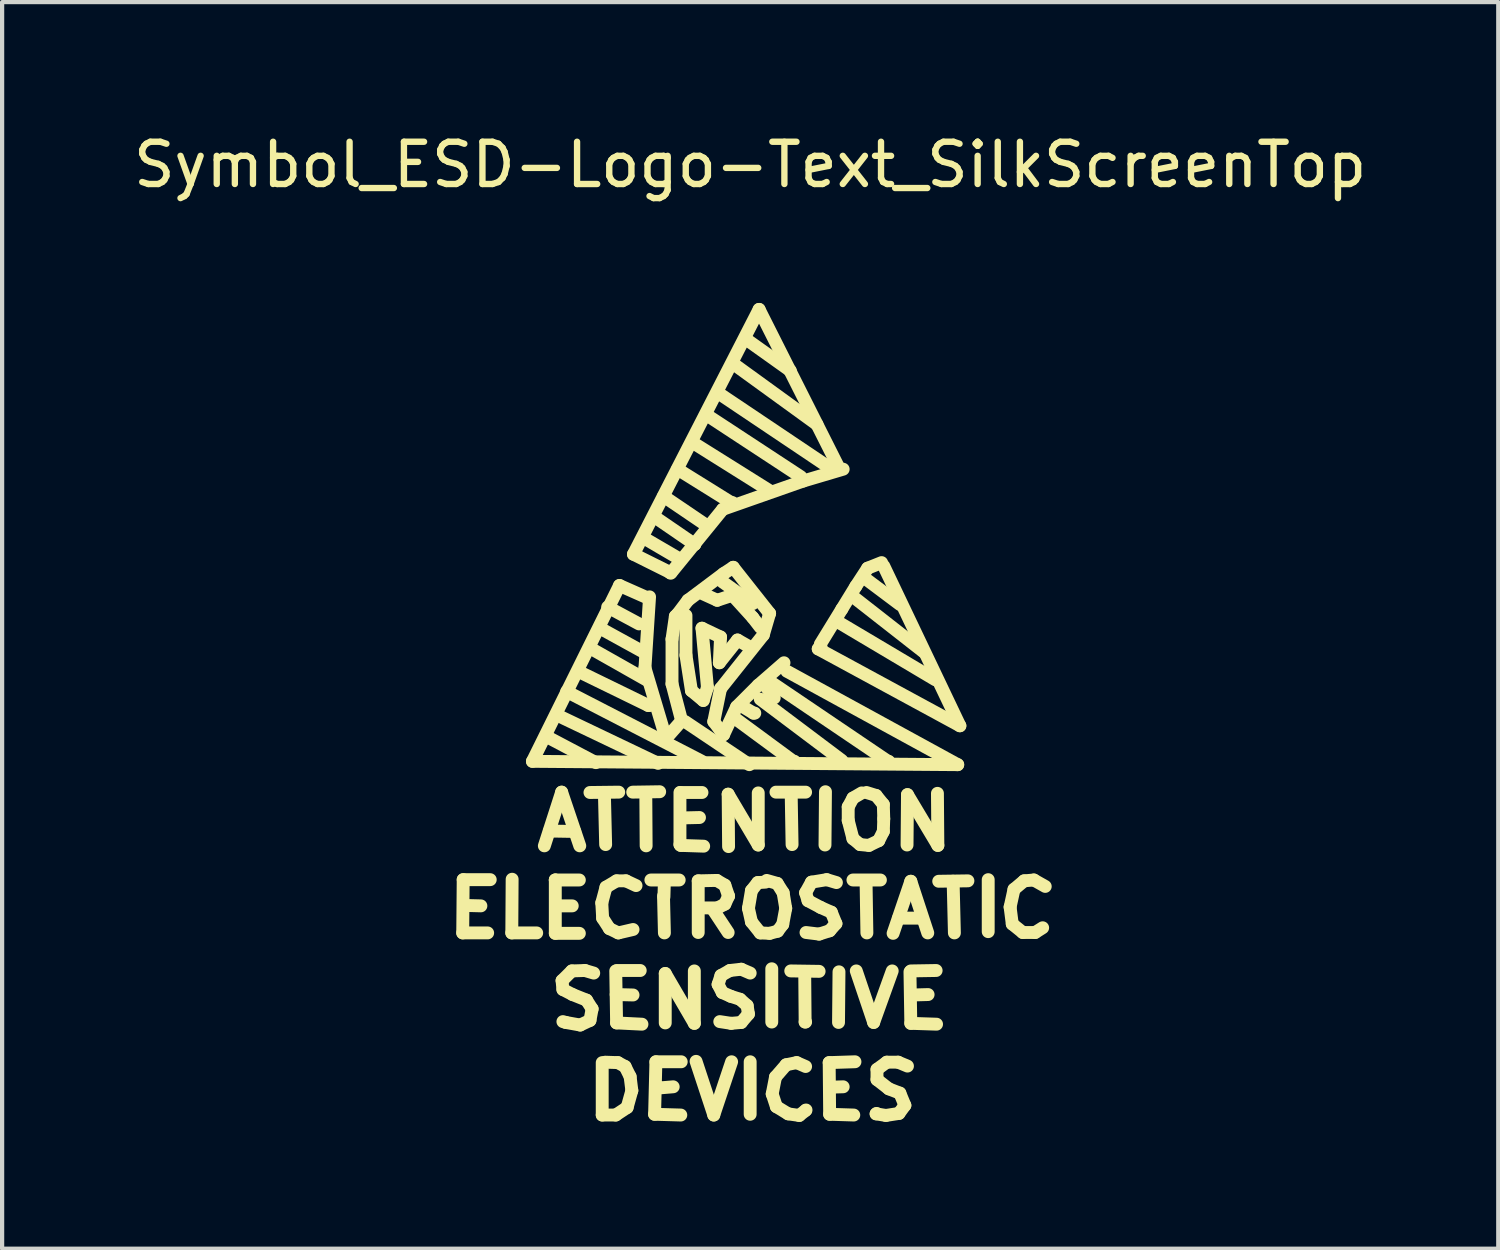
<source format=kicad_pcb>
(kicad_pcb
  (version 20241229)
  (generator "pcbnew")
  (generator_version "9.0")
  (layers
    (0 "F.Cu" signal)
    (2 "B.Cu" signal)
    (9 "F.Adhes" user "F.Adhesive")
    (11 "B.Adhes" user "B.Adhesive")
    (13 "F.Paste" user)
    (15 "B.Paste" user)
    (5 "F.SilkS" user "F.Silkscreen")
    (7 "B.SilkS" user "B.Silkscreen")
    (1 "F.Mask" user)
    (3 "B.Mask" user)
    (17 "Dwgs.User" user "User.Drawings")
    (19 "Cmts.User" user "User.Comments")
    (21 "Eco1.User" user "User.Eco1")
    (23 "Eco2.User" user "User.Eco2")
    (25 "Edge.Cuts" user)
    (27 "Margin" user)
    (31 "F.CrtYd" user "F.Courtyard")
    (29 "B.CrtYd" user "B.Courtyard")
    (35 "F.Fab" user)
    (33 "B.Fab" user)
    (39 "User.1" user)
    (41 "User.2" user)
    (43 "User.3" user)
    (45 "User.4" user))
  (footprint "Symbol_ESD-Logo-Text_SilkScreenTop"
    (layer "F.Cu")
    (at 14.696 11.648)
    (property "Reference" "Symbol_ESD-Logo-Text_SilkScreenTop" (at 0 -10.8 0) (layer "F.SilkS") (effects (font (size 1 1) (thickness 0.15))))
    (attr exclude_from_pos_files exclude_from_bom)
    (fp_line (start -6.8 7.371) (end -6.21 7.371) (stroke (width 0.305) (type solid)) (layer "F.SilkS"))
    (fp_line (start -6.789 6.111) (end -6.8 7.371) (stroke (width 0.305) (type solid)) (layer "F.SilkS"))
    (fp_line (start -6.37 6.731) (end -6.749 6.721) (stroke (width 0.305) (type solid)) (layer "F.SilkS"))
    (fp_line (start -6.149 6.111) (end -6.789 6.111) (stroke (width 0.305) (type solid)) (layer "F.SilkS"))
    (fp_line (start -5.639 7.371) (end -5.05 7.371) (stroke (width 0.305) (type solid)) (layer "F.SilkS"))
    (fp_line (start -5.631 6.101) (end -5.639 7.371) (stroke (width 0.305) (type solid)) (layer "F.SilkS"))
    (fp_line (start -5.151 3.312) (end 4.91 3.391) (stroke (width 0.305) (type solid)) (layer "F.SilkS"))
    (fp_line (start -4.869 5.311) (end -4.46 4.041) (stroke (width 0.305) (type solid)) (layer "F.SilkS"))
    (fp_line (start -4.77 2.751) (end -3.65 3.343) (stroke (width 0.305) (type solid)) (layer "F.SilkS"))
    (fp_line (start -4.75 4.961) (end -4.15 4.971) (stroke (width 0.305) (type solid)) (layer "F.SilkS"))
    (fp_line (start -4.61 6.119) (end -4.61 7.381) (stroke (width 0.305) (type solid)) (layer "F.SilkS"))
    (fp_line (start -4.61 6.119) (end -4.041 6.119) (stroke (width 0.305) (type solid)) (layer "F.SilkS"))
    (fp_line (start -4.61 7.381) (end -4.041 7.381) (stroke (width 0.305) (type solid)) (layer "F.SilkS"))
    (fp_line (start -4.6 6.129) (end -4.61 6.119) (stroke (width 0.305) (type solid)) (layer "F.SilkS"))
    (fp_line (start -4.559 2.223) (end -2.179 3.36) (stroke (width 0.305) (type solid)) (layer "F.SilkS"))
    (fp_line (start -4.559 6.731) (end -4.209 6.731) (stroke (width 0.305) (type solid)) (layer "F.SilkS"))
    (fp_line (start -4.46 4.041) (end -4.031 5.311) (stroke (width 0.305) (type solid)) (layer "F.SilkS"))
    (fp_line (start -4.45 8.499) (end -4.43 8.71) (stroke (width 0.305) (type solid)) (layer "F.SilkS"))
    (fp_line (start -4.43 8.71) (end -4.201 8.829) (stroke (width 0.305) (type solid)) (layer "F.SilkS"))
    (fp_line (start -4.361 9.489) (end -4.43 9.469) (stroke (width 0.305) (type solid)) (layer "F.SilkS"))
    (fp_line (start -4.341 1.661) (end -1.14 3.312) (stroke (width 0.305) (type solid)) (layer "F.SilkS"))
    (fp_line (start -4.219 8.27) (end -4.45 8.499) (stroke (width 0.305) (type solid)) (layer "F.SilkS"))
    (fp_line (start -4.201 8.829) (end -3.871 8.961) (stroke (width 0.305) (type solid)) (layer "F.SilkS"))
    (fp_line (start -4.031 1.201) (end -2.41 1.991) (stroke (width 0.305) (type solid)) (layer "F.SilkS"))
    (fp_line (start -4.021 9.55) (end -4.361 9.489) (stroke (width 0.305) (type solid)) (layer "F.SilkS"))
    (fp_line (start -3.909 8.26) (end -4.219 8.27) (stroke (width 0.305) (type solid)) (layer "F.SilkS"))
    (fp_line (start -3.871 8.961) (end -3.739 9.169) (stroke (width 0.305) (type solid)) (layer "F.SilkS"))
    (fp_line (start -3.79 4.049) (end -3.109 4.041) (stroke (width 0.305) (type solid)) (layer "F.SilkS"))
    (fp_line (start -3.79 9.441) (end -4.021 9.55) (stroke (width 0.305) (type solid)) (layer "F.SilkS"))
    (fp_line (start -3.749 0.653) (end -2.461 1.382) (stroke (width 0.305) (type solid)) (layer "F.SilkS"))
    (fp_line (start -3.739 9.169) (end -3.79 9.441) (stroke (width 0.305) (type solid)) (layer "F.SilkS"))
    (fp_line (start -3.701 8.321) (end -3.909 8.26) (stroke (width 0.305) (type solid)) (layer "F.SilkS"))
    (fp_line (start -3.551 0.163) (end -2.479 0.752) (stroke (width 0.305) (type solid)) (layer "F.SilkS"))
    (fp_line (start -3.51 6.66) (end -3.49 7.021) (stroke (width 0.305) (type solid)) (layer "F.SilkS"))
    (fp_line (start -3.5 10.439) (end -3.5 11.679) (stroke (width 0.305) (type solid)) (layer "F.SilkS"))
    (fp_line (start -3.5 11.679) (end -3.18 11.679) (stroke (width 0.305) (type solid)) (layer "F.SilkS"))
    (fp_line (start -3.49 7.021) (end -3.33 7.269) (stroke (width 0.305) (type solid)) (layer "F.SilkS"))
    (fp_line (start -3.449 4.049) (end -3.419 5.281) (stroke (width 0.305) (type solid)) (layer "F.SilkS"))
    (fp_line (start -3.411 6.289) (end -3.51 6.66) (stroke (width 0.305) (type solid)) (layer "F.SilkS"))
    (fp_line (start -3.371 -0.338) (end -2.629 0.061) (stroke (width 0.305) (type solid)) (layer "F.SilkS"))
    (fp_line (start -3.33 7.269) (end -3.119 7.371) (stroke (width 0.305) (type solid)) (layer "F.SilkS"))
    (fp_line (start -3.18 11.679) (end -2.911 11.501) (stroke (width 0.305) (type solid)) (layer "F.SilkS"))
    (fp_line (start -3.16 6.139) (end -3.411 6.289) (stroke (width 0.305) (type solid)) (layer "F.SilkS"))
    (fp_line (start -3.16 9.5) (end -3.18 8.27) (stroke (width 0.305) (type solid)) (layer "F.SilkS"))
    (fp_line (start -3.129 10.439) (end -3.429 10.429) (stroke (width 0.305) (type solid)) (layer "F.SilkS"))
    (fp_line (start -3.119 7.371) (end -2.771 7.29) (stroke (width 0.305) (type solid)) (layer "F.SilkS"))
    (fp_line (start -3.091 -0.848) (end -5.151 3.312) (stroke (width 0.305) (type solid)) (layer "F.SilkS"))
    (fp_line (start -2.959 10.531) (end -3.129 10.439) (stroke (width 0.305) (type solid)) (layer "F.SilkS"))
    (fp_line (start -2.939 6.139) (end -3.16 6.139) (stroke (width 0.305) (type solid)) (layer "F.SilkS"))
    (fp_line (start -2.911 11.501) (end -2.799 11.1) (stroke (width 0.305) (type solid)) (layer "F.SilkS"))
    (fp_line (start -2.84 10.77) (end -2.959 10.531) (stroke (width 0.305) (type solid)) (layer "F.SilkS"))
    (fp_line (start -2.799 11.1) (end -2.84 10.77) (stroke (width 0.305) (type solid)) (layer "F.SilkS"))
    (fp_line (start -2.779 4.041) (end -2.141 4.031) (stroke (width 0.305) (type solid)) (layer "F.SilkS"))
    (fp_line (start -2.771 8.839) (end -3.17 8.829) (stroke (width 0.305) (type solid)) (layer "F.SilkS"))
    (fp_line (start -2.761 -1.587) (end -1.9 -1.158) (stroke (width 0.305) (type solid)) (layer "F.SilkS"))
    (fp_line (start -2.7 6.251) (end -2.939 6.139) (stroke (width 0.305) (type solid)) (layer "F.SilkS"))
    (fp_line (start -2.601 8.26) (end -3.15 8.26) (stroke (width 0.305) (type solid)) (layer "F.SilkS"))
    (fp_line (start -2.56 9.53) (end -3.16 9.5) (stroke (width 0.305) (type solid)) (layer "F.SilkS"))
    (fp_line (start -2.51 -1.968) (end -1.689 -1.488) (stroke (width 0.305) (type solid)) (layer "F.SilkS"))
    (fp_line (start -2.489 1.102) (end -1.991 2.771) (stroke (width 0.305) (type solid)) (layer "F.SilkS"))
    (fp_line (start -2.461 -0.569) (end -3.091 -0.848) (stroke (width 0.305) (type solid)) (layer "F.SilkS"))
    (fp_line (start -2.461 5.311) (end -2.469 4.059) (stroke (width 0.305) (type solid)) (layer "F.SilkS"))
    (fp_line (start -2.41 1.991) (end -2.38 1.991) (stroke (width 0.305) (type solid)) (layer "F.SilkS"))
    (fp_line (start -2.38 -0.579) (end -2.489 1.102) (stroke (width 0.305) (type solid)) (layer "F.SilkS"))
    (fp_line (start -2.349 6.119) (end -1.679 6.119) (stroke (width 0.305) (type solid)) (layer "F.SilkS"))
    (fp_line (start -2.261 11.661) (end -1.641 11.679) (stroke (width 0.305) (type solid)) (layer "F.SilkS"))
    (fp_line (start -2.23 -2.449) (end -1.311 -1.819) (stroke (width 0.305) (type solid)) (layer "F.SilkS"))
    (fp_line (start -2.23 10.419) (end -2.261 11.661) (stroke (width 0.305) (type solid)) (layer "F.SilkS"))
    (fp_line (start -2.159 11.039) (end -2.159 11.021) (stroke (width 0.305) (type solid)) (layer "F.SilkS"))
    (fp_line (start -2.05 -2.959) (end -1.031 -2.268) (stroke (width 0.305) (type solid)) (layer "F.SilkS"))
    (fp_line (start -2.05 6.5) (end -2.029 7.371) (stroke (width 0.305) (type solid)) (layer "F.SilkS"))
    (fp_line (start -2.04 6.52) (end -2.029 6.129) (stroke (width 0.305) (type solid)) (layer "F.SilkS"))
    (fp_line (start -2.029 6.129) (end -2.009 6.129) (stroke (width 0.305) (type solid)) (layer "F.SilkS"))
    (fp_line (start -2.009 8.331) (end -1.321 9.51) (stroke (width 0.305) (type solid)) (layer "F.SilkS"))
    (fp_line (start -2.009 9.5) (end -2.009 8.331) (stroke (width 0.305) (type solid)) (layer "F.SilkS"))
    (fp_line (start -1.991 2.771) (end -1.621 2.352) (stroke (width 0.305) (type solid)) (layer "F.SilkS"))
    (fp_line (start -1.9 -1.158) (end -1.869 -1.158) (stroke (width 0.305) (type solid)) (layer "F.SilkS"))
    (fp_line (start -1.849 0.422) (end -1.77 -0.119) (stroke (width 0.305) (type solid)) (layer "F.SilkS"))
    (fp_line (start -1.849 1.481) (end -1.849 0.422) (stroke (width 0.305) (type solid)) (layer "F.SilkS"))
    (fp_line (start -1.821 11.011) (end -2.159 11.039) (stroke (width 0.305) (type solid)) (layer "F.SilkS"))
    (fp_line (start -1.77 -0.119) (end -1.72 -0.168) (stroke (width 0.305) (type solid)) (layer "F.SilkS"))
    (fp_line (start -1.72 -3.599) (end -0.45 -2.809) (stroke (width 0.305) (type solid)) (layer "F.SilkS"))
    (fp_line (start -1.72 -0.168) (end -1.471 -0.498) (stroke (width 0.305) (type solid)) (layer "F.SilkS"))
    (fp_line (start -1.661 4.049) (end -1.661 5.281) (stroke (width 0.305) (type solid)) (layer "F.SilkS"))
    (fp_line (start -1.661 5.281) (end -1.651 5.281) (stroke (width 0.305) (type solid)) (layer "F.SilkS"))
    (fp_line (start -1.651 4.049) (end -1.14 4.049) (stroke (width 0.305) (type solid)) (layer "F.SilkS"))
    (fp_line (start -1.641 5.301) (end -1.631 5.301) (stroke (width 0.305) (type solid)) (layer "F.SilkS"))
    (fp_line (start -1.631 10.419) (end -2.23 10.419) (stroke (width 0.305) (type solid)) (layer "F.SilkS"))
    (fp_line (start -1.621 2.352) (end -1.849 1.481) (stroke (width 0.305) (type solid)) (layer "F.SilkS"))
    (fp_line (start -1.621 4.651) (end -1.6 4.651) (stroke (width 0.305) (type solid)) (layer "F.SilkS"))
    (fp_line (start -1.539 2.372) (end -0.02 3.391) (stroke (width 0.305) (type solid)) (layer "F.SilkS"))
    (fp_line (start -1.519 -0.14) (end -1.519 0.803) (stroke (width 0.305) (type solid)) (layer "F.SilkS"))
    (fp_line (start -1.519 0.803) (end -1.389 1.641) (stroke (width 0.305) (type solid)) (layer "F.SilkS"))
    (fp_line (start -1.471 -0.498) (end -0.63 -1.128) (stroke (width 0.305) (type solid)) (layer "F.SilkS"))
    (fp_line (start -1.389 1.641) (end -1.11 1.872) (stroke (width 0.305) (type solid)) (layer "F.SilkS"))
    (fp_line (start -1.359 -4.229) (end 0.46 -3.089) (stroke (width 0.305) (type solid)) (layer "F.SilkS"))
    (fp_line (start -1.321 9.51) (end -1.321 8.27) (stroke (width 0.305) (type solid)) (layer "F.SilkS"))
    (fp_line (start -1.311 -1.819) (end -1.311 -1.839) (stroke (width 0.305) (type solid)) (layer "F.SilkS"))
    (fp_line (start -1.28 10.409) (end -0.861 11.679) (stroke (width 0.305) (type solid)) (layer "F.SilkS"))
    (fp_line (start -1.229 6.139) (end -0.79 6.129) (stroke (width 0.305) (type solid)) (layer "F.SilkS"))
    (fp_line (start -1.229 7.361) (end -1.229 6.139) (stroke (width 0.305) (type solid)) (layer "F.SilkS"))
    (fp_line (start -1.199 4.641) (end -1.621 4.651) (stroke (width 0.305) (type solid)) (layer "F.SilkS"))
    (fp_line (start -1.171 6.779) (end -1.161 6.779) (stroke (width 0.305) (type solid)) (layer "F.SilkS"))
    (fp_line (start -1.14 0.163) (end -0.701 0.371) (stroke (width 0.305) (type solid)) (layer "F.SilkS"))
    (fp_line (start -1.11 -0.648) (end -0.78 -0.498) (stroke (width 0.305) (type solid)) (layer "F.SilkS"))
    (fp_line (start -1.11 1.872) (end -1.011 1.562) (stroke (width 0.305) (type solid)) (layer "F.SilkS"))
    (fp_line (start -1.1 5.319) (end -1.641 5.301) (stroke (width 0.305) (type solid)) (layer "F.SilkS"))
    (fp_line (start -1.011 -4.869) (end 1.199 -3.419) (stroke (width 0.305) (type solid)) (layer "F.SilkS"))
    (fp_line (start -1.011 1.562) (end -1.14 0.163) (stroke (width 0.305) (type solid)) (layer "F.SilkS"))
    (fp_line (start -0.879 6.82) (end -0.521 7.361) (stroke (width 0.305) (type solid)) (layer "F.SilkS"))
    (fp_line (start -0.861 2.372) (end -0.63 2.682) (stroke (width 0.305) (type solid)) (layer "F.SilkS"))
    (fp_line (start -0.861 11.679) (end -0.439 10.419) (stroke (width 0.305) (type solid)) (layer "F.SilkS"))
    (fp_line (start -0.79 6.129) (end -0.599 6.241) (stroke (width 0.305) (type solid)) (layer "F.SilkS"))
    (fp_line (start -0.78 -0.498) (end -0.419 -0.617) (stroke (width 0.305) (type solid)) (layer "F.SilkS"))
    (fp_line (start -0.77 6.779) (end -1.171 6.779) (stroke (width 0.305) (type solid)) (layer "F.SilkS"))
    (fp_line (start -0.759 8.59) (end -0.66 8.781) (stroke (width 0.305) (type solid)) (layer "F.SilkS"))
    (fp_line (start -0.749 -5.397) (end 1.859 -3.647) (stroke (width 0.305) (type solid)) (layer "F.SilkS"))
    (fp_line (start -0.729 0.98) (end -0.3 0.442) (stroke (width 0.305) (type solid)) (layer "F.SilkS"))
    (fp_line (start -0.701 0.371) (end -0.729 0.98) (stroke (width 0.305) (type solid)) (layer "F.SilkS"))
    (fp_line (start -0.701 1.593) (end -0.861 2.372) (stroke (width 0.305) (type solid)) (layer "F.SilkS"))
    (fp_line (start -0.691 8.379) (end -0.759 8.59) (stroke (width 0.305) (type solid)) (layer "F.SilkS"))
    (fp_line (start -0.66 8.781) (end -0.46 8.87) (stroke (width 0.305) (type solid)) (layer "F.SilkS"))
    (fp_line (start -0.65 -2.649) (end -1.88 -1.138) (stroke (width 0.305) (type solid)) (layer "F.SilkS"))
    (fp_line (start -0.65 -0.93) (end 0.061 -0.419) (stroke (width 0.305) (type solid)) (layer "F.SilkS"))
    (fp_line (start -0.63 -1.128) (end -0.401 -1.278) (stroke (width 0.305) (type solid)) (layer "F.SilkS"))
    (fp_line (start -0.63 2.682) (end -0.32 2.022) (stroke (width 0.305) (type solid)) (layer "F.SilkS"))
    (fp_line (start -0.599 6.241) (end -0.511 6.5) (stroke (width 0.305) (type solid)) (layer "F.SilkS"))
    (fp_line (start -0.599 6.69) (end -0.77 6.779) (stroke (width 0.305) (type solid)) (layer "F.SilkS"))
    (fp_line (start -0.521 4.089) (end 0.191 5.291) (stroke (width 0.305) (type solid)) (layer "F.SilkS"))
    (fp_line (start -0.511 5.329) (end -0.521 4.089) (stroke (width 0.305) (type solid)) (layer "F.SilkS"))
    (fp_line (start -0.511 6.5) (end -0.599 6.69) (stroke (width 0.305) (type solid)) (layer "F.SilkS"))
    (fp_line (start -0.48 8.26) (end -0.691 8.379) (stroke (width 0.305) (type solid)) (layer "F.SilkS"))
    (fp_line (start -0.46 8.87) (end -0.239 8.941) (stroke (width 0.305) (type solid)) (layer "F.SilkS"))
    (fp_line (start -0.45 -2.809) (end -0.419 -2.809) (stroke (width 0.305) (type solid)) (layer "F.SilkS"))
    (fp_line (start -0.45 9.51) (end -0.719 9.469) (stroke (width 0.305) (type solid)) (layer "F.SilkS"))
    (fp_line (start -0.419 -0.617) (end 0.061 -0.089) (stroke (width 0.305) (type solid)) (layer "F.SilkS"))
    (fp_line (start -0.401 -1.278) (end 0.46 -0.188) (stroke (width 0.305) (type solid)) (layer "F.SilkS"))
    (fp_line (start -0.351 -6.058) (end 1.58 -4.658) (stroke (width 0.305) (type solid)) (layer "F.SilkS"))
    (fp_line (start -0.351 2.301) (end 1.021 3.312) (stroke (width 0.305) (type solid)) (layer "F.SilkS"))
    (fp_line (start -0.32 2.022) (end 0.191 1.511) (stroke (width 0.305) (type solid)) (layer "F.SilkS"))
    (fp_line (start -0.3 0.442) (end -0.071 0.572) (stroke (width 0.305) (type solid)) (layer "F.SilkS"))
    (fp_line (start -0.239 8.941) (end -0.071 9.091) (stroke (width 0.305) (type solid)) (layer "F.SilkS"))
    (fp_line (start -0.221 1.991) (end 0.079 2.172) (stroke (width 0.305) (type solid)) (layer "F.SilkS"))
    (fp_line (start -0.211 8.23) (end -0.48 8.26) (stroke (width 0.305) (type solid)) (layer "F.SilkS"))
    (fp_line (start -0.211 9.489) (end -0.45 9.51) (stroke (width 0.305) (type solid)) (layer "F.SilkS"))
    (fp_line (start -0.089 -6.668) (end 0.95 -5.928) (stroke (width 0.305) (type solid)) (layer "F.SilkS"))
    (fp_line (start -0.071 9.091) (end -0.041 9.289) (stroke (width 0.305) (type solid)) (layer "F.SilkS"))
    (fp_line (start -0.041 6.789) (end 0.03 6.37) (stroke (width 0.305) (type solid)) (layer "F.SilkS"))
    (fp_line (start -0.041 9.289) (end -0.211 9.489) (stroke (width 0.305) (type solid)) (layer "F.SilkS"))
    (fp_line (start 0 8.321) (end -0.211 8.23) (stroke (width 0.305) (type solid)) (layer "F.SilkS"))
    (fp_line (start 0 10.419) (end 0 11.661) (stroke (width 0.305) (type solid)) (layer "F.SilkS"))
    (fp_line (start 0.03 6.37) (end 0.18 6.18) (stroke (width 0.305) (type solid)) (layer "F.SilkS"))
    (fp_line (start 0.03 7.109) (end -0.041 6.789) (stroke (width 0.305) (type solid)) (layer "F.SilkS"))
    (fp_line (start 0.061 -0.089) (end 0.239 0.142) (stroke (width 0.305) (type solid)) (layer "F.SilkS"))
    (fp_line (start 0.079 2.172) (end 0.109 2.172) (stroke (width 0.305) (type solid)) (layer "F.SilkS"))
    (fp_line (start 0.18 6.18) (end 0.361 6.17) (stroke (width 0.305) (type solid)) (layer "F.SilkS"))
    (fp_line (start 0.191 1.511) (end 0.8 0.98) (stroke (width 0.305) (type solid)) (layer "F.SilkS"))
    (fp_line (start 0.191 5.291) (end 0.191 4.059) (stroke (width 0.305) (type solid)) (layer "F.SilkS"))
    (fp_line (start 0.211 -7.379) (end -2.761 -1.587) (stroke (width 0.305) (type solid)) (layer "F.SilkS"))
    (fp_line (start 0.239 1.841) (end 2.169 3.292) (stroke (width 0.305) (type solid)) (layer "F.SilkS"))
    (fp_line (start 0.239 7.371) (end 0.03 7.109) (stroke (width 0.305) (type solid)) (layer "F.SilkS"))
    (fp_line (start 0.31 0.323) (end -0.701 1.593) (stroke (width 0.305) (type solid)) (layer "F.SilkS"))
    (fp_line (start 0.31 1.46) (end 0.569 1.811) (stroke (width 0.305) (type solid)) (layer "F.SilkS"))
    (fp_line (start 0.391 6.129) (end 0.64 6.2) (stroke (width 0.305) (type solid)) (layer "F.SilkS"))
    (fp_line (start 0.46 -0.188) (end 0.31 0.323) (stroke (width 0.305) (type solid)) (layer "F.SilkS"))
    (fp_line (start 0.46 7.381) (end 0.239 7.371) (stroke (width 0.305) (type solid)) (layer "F.SilkS"))
    (fp_line (start 0.511 8.219) (end 0.511 9.479) (stroke (width 0.305) (type solid)) (layer "F.SilkS"))
    (fp_line (start 0.521 1.46) (end 3.259 3.312) (stroke (width 0.305) (type solid)) (layer "F.SilkS"))
    (fp_line (start 0.521 11.181) (end 0.62 11.481) (stroke (width 0.305) (type solid)) (layer "F.SilkS"))
    (fp_line (start 0.599 10.78) (end 0.521 11.181) (stroke (width 0.305) (type solid)) (layer "F.SilkS"))
    (fp_line (start 0.61 4.041) (end 1.311 4.041) (stroke (width 0.305) (type solid)) (layer "F.SilkS"))
    (fp_line (start 0.62 11.481) (end 0.899 11.651) (stroke (width 0.305) (type solid)) (layer "F.SilkS"))
    (fp_line (start 0.64 6.2) (end 0.78 6.421) (stroke (width 0.305) (type solid)) (layer "F.SilkS"))
    (fp_line (start 0.65 7.33) (end 0.46 7.381) (stroke (width 0.305) (type solid)) (layer "F.SilkS"))
    (fp_line (start 0.77 7.17) (end 0.65 7.33) (stroke (width 0.305) (type solid)) (layer "F.SilkS"))
    (fp_line (start 0.78 6.421) (end 0.841 6.789) (stroke (width 0.305) (type solid)) (layer "F.SilkS"))
    (fp_line (start 0.841 6.789) (end 0.77 7.17) (stroke (width 0.305) (type solid)) (layer "F.SilkS"))
    (fp_line (start 0.851 10.49) (end 0.599 10.78) (stroke (width 0.305) (type solid)) (layer "F.SilkS"))
    (fp_line (start 0.899 11.651) (end 1.161 11.689) (stroke (width 0.305) (type solid)) (layer "F.SilkS"))
    (fp_line (start 0.96 8.27) (end 1.631 8.28) (stroke (width 0.305) (type solid)) (layer "F.SilkS"))
    (fp_line (start 0.97 4.069) (end 0.991 5.281) (stroke (width 0.305) (type solid)) (layer "F.SilkS"))
    (fp_line (start 1.021 3.312) (end 1.049 3.312) (stroke (width 0.305) (type solid)) (layer "F.SilkS"))
    (fp_line (start 1.1 10.439) (end 0.851 10.49) (stroke (width 0.305) (type solid)) (layer "F.SilkS"))
    (fp_line (start 1.161 11.689) (end 1.311 11.57) (stroke (width 0.305) (type solid)) (layer "F.SilkS"))
    (fp_line (start 1.25 -3.317) (end -0.65 -2.649) (stroke (width 0.305) (type solid)) (layer "F.SilkS"))
    (fp_line (start 1.29 8.291) (end 1.3 9.479) (stroke (width 0.305) (type solid)) (layer "F.SilkS"))
    (fp_line (start 1.3 9.479) (end 1.311 9.479) (stroke (width 0.305) (type solid)) (layer "F.SilkS"))
    (fp_line (start 1.311 6.421) (end 1.369 6.609) (stroke (width 0.305) (type solid)) (layer "F.SilkS"))
    (fp_line (start 1.311 10.531) (end 1.1 10.439) (stroke (width 0.305) (type solid)) (layer "F.SilkS"))
    (fp_line (start 1.311 11.57) (end 1.321 11.56) (stroke (width 0.305) (type solid)) (layer "F.SilkS"))
    (fp_line (start 1.369 6.609) (end 1.669 6.769) (stroke (width 0.305) (type solid)) (layer "F.SilkS"))
    (fp_line (start 1.45 6.17) (end 1.311 6.421) (stroke (width 0.305) (type solid)) (layer "F.SilkS"))
    (fp_line (start 1.61 0.653) (end 1.679 0.622) (stroke (width 0.305) (type solid)) (layer "F.SilkS"))
    (fp_line (start 1.631 7.399) (end 1.321 7.361) (stroke (width 0.305) (type solid)) (layer "F.SilkS"))
    (fp_line (start 1.659 0.541) (end 2.169 -0.29) (stroke (width 0.305) (type solid)) (layer "F.SilkS"))
    (fp_line (start 1.669 6.769) (end 1.92 6.881) (stroke (width 0.305) (type solid)) (layer "F.SilkS"))
    (fp_line (start 1.781 4.031) (end 1.77 5.291) (stroke (width 0.305) (type solid)) (layer "F.SilkS"))
    (fp_line (start 1.811 6.111) (end 1.45 6.17) (stroke (width 0.305) (type solid)) (layer "F.SilkS"))
    (fp_line (start 1.869 10.439) (end 1.88 11.661) (stroke (width 0.305) (type solid)) (layer "F.SilkS"))
    (fp_line (start 1.88 7.32) (end 1.631 7.399) (stroke (width 0.305) (type solid)) (layer "F.SilkS"))
    (fp_line (start 1.88 11.661) (end 2.451 11.679) (stroke (width 0.305) (type solid)) (layer "F.SilkS"))
    (fp_line (start 1.92 6.881) (end 2.029 7.15) (stroke (width 0.305) (type solid)) (layer "F.SilkS"))
    (fp_line (start 2.029 7.15) (end 1.88 7.32) (stroke (width 0.305) (type solid)) (layer "F.SilkS"))
    (fp_line (start 2.04 6.18) (end 1.811 6.111) (stroke (width 0.305) (type solid)) (layer "F.SilkS"))
    (fp_line (start 2.09 -3.647) (end 0.211 -7.379) (stroke (width 0.305) (type solid)) (layer "F.SilkS"))
    (fp_line (start 2.101 8.291) (end 2.09 9.489) (stroke (width 0.305) (type solid)) (layer "F.SilkS"))
    (fp_line (start 2.121 0.041) (end 4.379 1.382) (stroke (width 0.305) (type solid)) (layer "F.SilkS"))
    (fp_line (start 2.169 -0.29) (end 2.499 -0.828) (stroke (width 0.305) (type solid)) (layer "F.SilkS"))
    (fp_line (start 2.2 -3.599) (end 1.25 -3.317) (stroke (width 0.305) (type solid)) (layer "F.SilkS"))
    (fp_line (start 2.2 11.011) (end 1.89 11.021) (stroke (width 0.305) (type solid)) (layer "F.SilkS"))
    (fp_line (start 2.319 4.389) (end 2.431 4.181) (stroke (width 0.305) (type solid)) (layer "F.SilkS"))
    (fp_line (start 2.319 4.709) (end 2.319 4.389) (stroke (width 0.305) (type solid)) (layer "F.SilkS"))
    (fp_line (start 2.431 4.181) (end 2.639 4.059) (stroke (width 0.305) (type solid)) (layer "F.SilkS"))
    (fp_line (start 2.431 5.141) (end 2.319 4.709) (stroke (width 0.305) (type solid)) (layer "F.SilkS"))
    (fp_line (start 2.431 6.119) (end 3.081 6.119) (stroke (width 0.305) (type solid)) (layer "F.SilkS"))
    (fp_line (start 2.451 -0.569) (end 4.1 0.721) (stroke (width 0.305) (type solid)) (layer "F.SilkS"))
    (fp_line (start 2.479 10.419) (end 1.869 10.439) (stroke (width 0.305) (type solid)) (layer "F.SilkS"))
    (fp_line (start 2.499 -0.828) (end 2.779 -1.257) (stroke (width 0.305) (type solid)) (layer "F.SilkS"))
    (fp_line (start 2.51 8.27) (end 2.921 9.489) (stroke (width 0.305) (type solid)) (layer "F.SilkS"))
    (fp_line (start 2.601 5.281) (end 2.431 5.141) (stroke (width 0.305) (type solid)) (layer "F.SilkS"))
    (fp_line (start 2.7 -1.029) (end 3.541 -0.399) (stroke (width 0.305) (type solid)) (layer "F.SilkS"))
    (fp_line (start 2.741 6.129) (end 2.761 7.371) (stroke (width 0.305) (type solid)) (layer "F.SilkS"))
    (fp_line (start 2.751 4.049) (end 2.979 4.12) (stroke (width 0.305) (type solid)) (layer "F.SilkS"))
    (fp_line (start 2.779 -1.257) (end 3.109 -1.389) (stroke (width 0.305) (type solid)) (layer "F.SilkS"))
    (fp_line (start 2.809 5.301) (end 2.601 5.281) (stroke (width 0.305) (type solid)) (layer "F.SilkS"))
    (fp_line (start 2.921 9.489) (end 3.36 8.27) (stroke (width 0.305) (type solid)) (layer "F.SilkS"))
    (fp_line (start 2.979 4.12) (end 3.15 4.331) (stroke (width 0.305) (type solid)) (layer "F.SilkS"))
    (fp_line (start 2.979 11.651) (end 2.99 11.641) (stroke (width 0.305) (type solid)) (layer "F.SilkS"))
    (fp_line (start 3 10.599) (end 3 10.841) (stroke (width 0.305) (type solid)) (layer "F.SilkS"))
    (fp_line (start 3 10.841) (end 3.279 11.059) (stroke (width 0.305) (type solid)) (layer "F.SilkS"))
    (fp_line (start 3.04 5.189) (end 2.809 5.301) (stroke (width 0.305) (type solid)) (layer "F.SilkS"))
    (fp_line (start 3.15 4.331) (end 3.16 4.671) (stroke (width 0.305) (type solid)) (layer "F.SilkS"))
    (fp_line (start 3.15 4.971) (end 3.04 5.189) (stroke (width 0.305) (type solid)) (layer "F.SilkS"))
    (fp_line (start 3.16 -1.308) (end 4.961 2.471) (stroke (width 0.305) (type solid)) (layer "F.SilkS"))
    (fp_line (start 3.16 4.671) (end 3.15 4.971) (stroke (width 0.305) (type solid)) (layer "F.SilkS"))
    (fp_line (start 3.211 11.689) (end 2.979 11.651) (stroke (width 0.305) (type solid)) (layer "F.SilkS"))
    (fp_line (start 3.231 10.429) (end 3 10.599) (stroke (width 0.305) (type solid)) (layer "F.SilkS"))
    (fp_line (start 3.259 3.312) (end 3.279 3.312) (stroke (width 0.305) (type solid)) (layer "F.SilkS"))
    (fp_line (start 3.279 11.059) (end 3.541 11.161) (stroke (width 0.305) (type solid)) (layer "F.SilkS"))
    (fp_line (start 3.381 7.381) (end 3.8 6.149) (stroke (width 0.305) (type solid)) (layer "F.SilkS"))
    (fp_line (start 3.5 10.429) (end 3.231 10.429) (stroke (width 0.305) (type solid)) (layer "F.SilkS"))
    (fp_line (start 3.51 7.021) (end 4.041 7.021) (stroke (width 0.305) (type solid)) (layer "F.SilkS"))
    (fp_line (start 3.52 11.641) (end 3.211 11.689) (stroke (width 0.305) (type solid)) (layer "F.SilkS"))
    (fp_line (start 3.541 11.161) (end 3.66 11.45) (stroke (width 0.305) (type solid)) (layer "F.SilkS"))
    (fp_line (start 3.66 11.45) (end 3.52 11.641) (stroke (width 0.305) (type solid)) (layer "F.SilkS"))
    (fp_line (start 3.711 5.291) (end 3.721 4.1) (stroke (width 0.305) (type solid)) (layer "F.SilkS"))
    (fp_line (start 3.721 4.1) (end 4.44 5.301) (stroke (width 0.305) (type solid)) (layer "F.SilkS"))
    (fp_line (start 3.721 10.521) (end 3.5 10.429) (stroke (width 0.305) (type solid)) (layer "F.SilkS"))
    (fp_line (start 3.8 6.149) (end 4.201 7.371) (stroke (width 0.305) (type solid)) (layer "F.SilkS"))
    (fp_line (start 3.8 9.51) (end 3.78 8.291) (stroke (width 0.305) (type solid)) (layer "F.SilkS"))
    (fp_line (start 4.209 8.829) (end 3.851 8.839) (stroke (width 0.305) (type solid)) (layer "F.SilkS"))
    (fp_line (start 4.399 8.26) (end 3.8 8.27) (stroke (width 0.305) (type solid)) (layer "F.SilkS"))
    (fp_line (start 4.409 9.53) (end 3.8 9.51) (stroke (width 0.305) (type solid)) (layer "F.SilkS"))
    (fp_line (start 4.44 5.301) (end 4.43 4.069) (stroke (width 0.305) (type solid)) (layer "F.SilkS"))
    (fp_line (start 4.46 6.149) (end 5.151 6.139) (stroke (width 0.305) (type solid)) (layer "F.SilkS"))
    (fp_line (start 4.801 6.149) (end 4.831 7.371) (stroke (width 0.305) (type solid)) (layer "F.SilkS"))
    (fp_line (start 4.91 3.391) (end 0.869 1.181) (stroke (width 0.305) (type solid)) (layer "F.SilkS"))
    (fp_line (start 4.961 2.471) (end 1.61 0.653) (stroke (width 0.305) (type solid)) (layer "F.SilkS"))
    (fp_line (start 5.631 6.111) (end 5.631 7.341) (stroke (width 0.305) (type solid)) (layer "F.SilkS"))
    (fp_line (start 6.149 6.759) (end 6.2 7.16) (stroke (width 0.305) (type solid)) (layer "F.SilkS"))
    (fp_line (start 6.2 7.16) (end 6.449 7.361) (stroke (width 0.305) (type solid)) (layer "F.SilkS"))
    (fp_line (start 6.241 6.34) (end 6.149 6.759) (stroke (width 0.305) (type solid)) (layer "F.SilkS"))
    (fp_line (start 6.449 7.361) (end 6.741 7.361) (stroke (width 0.305) (type solid)) (layer "F.SilkS"))
    (fp_line (start 6.48 6.139) (end 6.241 6.34) (stroke (width 0.305) (type solid)) (layer "F.SilkS"))
    (fp_line (start 6.711 6.119) (end 6.48 6.139) (stroke (width 0.305) (type solid)) (layer "F.SilkS"))
    (fp_line (start 6.741 7.361) (end 6.919 7.249) (stroke (width 0.305) (type solid)) (layer "F.SilkS"))
    (fp_line (start 6.98 6.271) (end 6.711 6.119) (stroke (width 0.305) (type solid)) (layer "F.SilkS")))
  (gr_rect
    (start -3 -3)
    (end 32.393 26.49)
    (stroke (width 0.1) (type default))
    (fill no)
    (layer "Edge.Cuts")))
</source>
